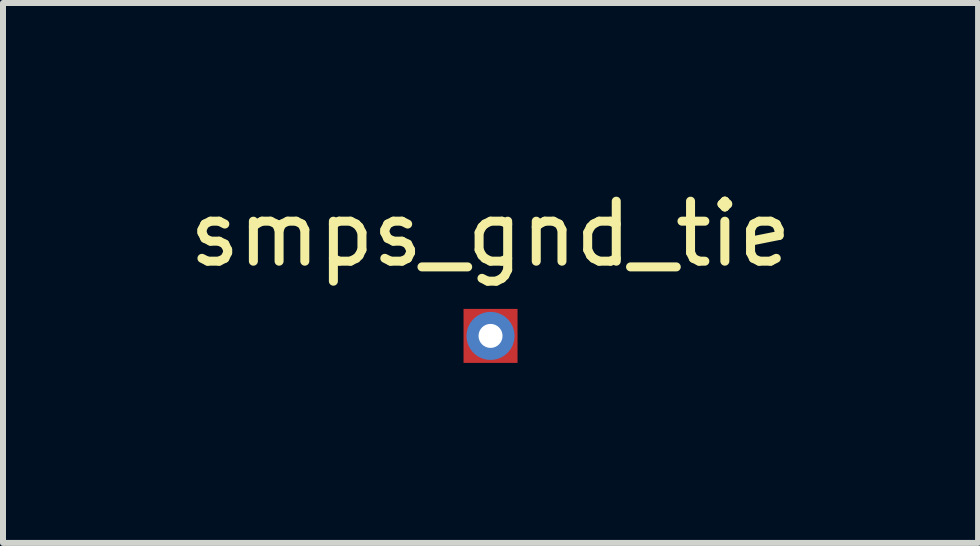
<source format=kicad_pcb>
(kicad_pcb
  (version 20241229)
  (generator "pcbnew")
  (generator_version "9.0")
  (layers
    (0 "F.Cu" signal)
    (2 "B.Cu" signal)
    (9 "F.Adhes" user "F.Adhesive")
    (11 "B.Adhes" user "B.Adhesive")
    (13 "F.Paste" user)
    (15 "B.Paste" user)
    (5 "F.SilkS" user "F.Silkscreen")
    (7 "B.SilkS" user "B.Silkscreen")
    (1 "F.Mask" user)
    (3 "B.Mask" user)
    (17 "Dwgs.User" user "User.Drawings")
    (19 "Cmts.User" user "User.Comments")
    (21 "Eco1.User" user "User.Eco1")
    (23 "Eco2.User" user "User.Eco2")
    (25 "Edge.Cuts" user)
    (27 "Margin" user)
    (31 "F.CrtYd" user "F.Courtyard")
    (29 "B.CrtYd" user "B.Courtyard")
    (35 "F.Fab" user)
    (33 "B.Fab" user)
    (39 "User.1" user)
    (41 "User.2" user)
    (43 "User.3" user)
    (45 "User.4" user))
  (footprint "smps_gnd_tie"
    (layer "F.Cu")
    (at 5.125 2.548)
    (property "Reference" "smps_gnd_tie" (at 0 -1.7 0) (layer "F.SilkS") (effects (font (size 1 1) (thickness 0.15))))
    (attr through_hole)
    (pad "1" smd rect (at 0 0) (size 0.9 0.9) (layers "F.Cu" "F.Mask" "F.Paste"))
    (pad "2" thru_hole circle (at 0 0) (size 0.8 0.8) (drill 0.4) (layers "*.Mask" "B.Cu")))
  (gr_rect
    (start -3 -3)
    (end 13.25 5.998)
    (stroke (width 0.1) (type default))
    (fill no)
    (layer "Edge.Cuts")))
</source>
